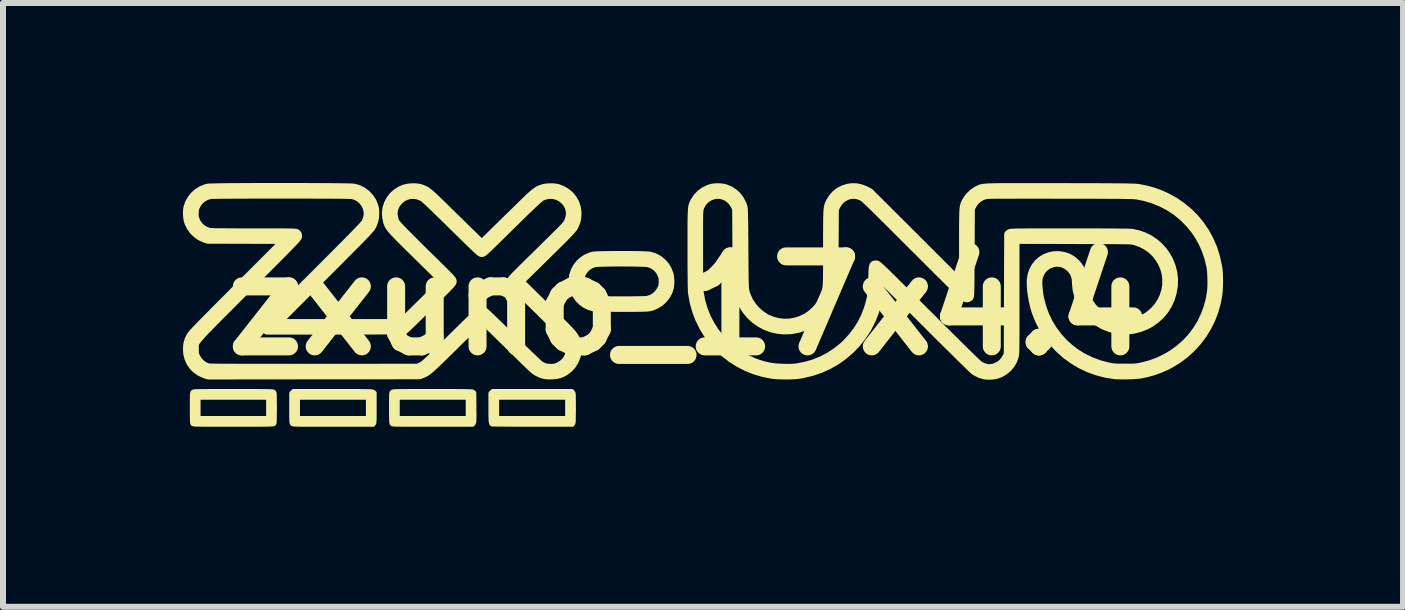
<source format=kicad_pcb>
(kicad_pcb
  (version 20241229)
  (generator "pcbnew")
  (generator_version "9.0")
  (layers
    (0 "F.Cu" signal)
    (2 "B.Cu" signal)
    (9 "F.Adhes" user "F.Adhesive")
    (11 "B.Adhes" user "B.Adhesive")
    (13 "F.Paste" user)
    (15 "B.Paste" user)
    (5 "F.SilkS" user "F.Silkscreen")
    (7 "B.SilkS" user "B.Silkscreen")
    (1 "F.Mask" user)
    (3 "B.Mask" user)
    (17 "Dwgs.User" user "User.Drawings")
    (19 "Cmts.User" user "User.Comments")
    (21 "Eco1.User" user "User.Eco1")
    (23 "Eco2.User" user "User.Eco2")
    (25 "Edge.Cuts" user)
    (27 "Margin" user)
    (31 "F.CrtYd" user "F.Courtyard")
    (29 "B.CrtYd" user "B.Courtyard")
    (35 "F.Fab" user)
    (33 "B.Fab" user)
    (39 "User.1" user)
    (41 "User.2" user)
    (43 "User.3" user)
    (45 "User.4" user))
  (footprint "zxuno_17x4.4"
    (layer "F.Cu")
    (at 8.41 2.045)
    (property "Reference" "zxuno_17x4.4" (at 0 0 0) (layer "F.SilkS") (effects (font (size 1.5 1.5) (thickness 0.3))))
    (attr board_only exclude_from_pos_files exclude_from_bom allow_missing_courtyard)
    (fp_poly (pts (xy -1.912 1.441) (xy -1.908 1.446) (xy -1.904 1.451) (xy -1.902 1.459) (xy -1.9 1.471) (xy -1.898 1.488) (xy -1.897 1.512) (xy -1.897 1.545) (xy -1.896 1.587) (xy -1.896 1.641) (xy -1.896 1.704) (xy -1.896 1.772) (xy -1.897 1.827) (xy -1.897 1.87) (xy -1.898 1.903) (xy -1.899 1.928) (xy -1.901 1.945) (xy -1.903 1.957) (xy -1.906 1.965) (xy -1.908 1.967) (xy -1.919 1.983) (xy -2.585 1.983) (xy -2.682 1.983) (xy -2.775 1.983) (xy -2.863 1.983) (xy -2.945 1.982) (xy -3.02 1.982) (xy -3.086 1.981) (xy -3.144 1.981) (xy -3.19 1.98) (xy -3.226 1.98) (xy -3.249 1.979) (xy -3.259 1.978) (xy -3.259 1.978) (xy -3.266 1.973) (xy -3.271 1.965) (xy -3.275 1.954) (xy -3.278 1.938) (xy -3.281 1.915) (xy -3.282 1.884) (xy -3.283 1.844) (xy -3.284 1.792) (xy -3.284 1.729) (xy -3.284 1.7) (xy -3.284 1.533) (xy -3.175 1.533) (xy -3.175 1.704) (xy -3.175 1.874) (xy -2.59 1.874) (xy -2.005 1.874) (xy -2.005 1.704) (xy -2.005 1.533) (xy -2.59 1.533) (xy -3.175 1.533) (xy -3.284 1.533) (xy -3.284 1.46) (xy -3.266 1.442) (xy -3.248 1.424) (xy -2.588 1.424) (xy -1.928 1.424)) (stroke (width 0.07) (type solid)) (fill yes) (layer "F.SilkS"))
    (fp_poly (pts (xy -5.799 1.424) (xy -5.7 1.424) (xy -5.614 1.424) (xy -5.54 1.424) (xy -5.476 1.424) (xy -5.423 1.425) (xy -5.378 1.425) (xy -5.342 1.426) (xy -5.313 1.427) (xy -5.29 1.427) (xy -5.273 1.429) (xy -5.26 1.43) (xy -5.251 1.432) (xy -5.245 1.433) (xy -5.241 1.436) (xy -5.237 1.438) (xy -5.236 1.439) (xy -5.217 1.454) (xy -5.217 1.703) (xy -5.217 1.771) (xy -5.217 1.826) (xy -5.217 1.869) (xy -5.218 1.903) (xy -5.22 1.927) (xy -5.221 1.945) (xy -5.223 1.957) (xy -5.226 1.965) (xy -5.228 1.967) (xy -5.239 1.983) (xy -5.907 1.983) (xy -6.021 1.983) (xy -6.121 1.983) (xy -6.208 1.983) (xy -6.283 1.983) (xy -6.348 1.983) (xy -6.402 1.983) (xy -6.447 1.982) (xy -6.484 1.982) (xy -6.514 1.981) (xy -6.537 1.98) (xy -6.554 1.979) (xy -6.567 1.978) (xy -6.576 1.976) (xy -6.582 1.974) (xy -6.586 1.972) (xy -6.589 1.97) (xy -6.59 1.969) (xy -6.594 1.964) (xy -6.597 1.959) (xy -6.599 1.95) (xy -6.601 1.937) (xy -6.602 1.919) (xy -6.603 1.892) (xy -6.604 1.857) (xy -6.604 1.812) (xy -6.604 1.754) (xy -6.604 1.707) (xy -6.604 1.533) (xy -6.495 1.533) (xy -6.495 1.704) (xy -6.495 1.874) (xy -5.91 1.874) (xy -5.326 1.874) (xy -5.326 1.704) (xy -5.326 1.533) (xy -5.91 1.533) (xy -6.495 1.533) (xy -6.604 1.533) (xy -6.604 1.46) (xy -6.586 1.442) (xy -6.569 1.424) (xy -5.912 1.424)) (stroke (width 0.07) (type solid)) (fill yes) (layer "F.SilkS"))
    (fp_poly (pts (xy -4.137 1.424) (xy -4.038 1.424) (xy -3.951 1.424) (xy -3.876 1.424) (xy -3.813 1.425) (xy -3.759 1.425) (xy -3.714 1.425) (xy -3.678 1.426) (xy -3.649 1.427) (xy -3.626 1.428) (xy -3.609 1.429) (xy -3.596 1.43) (xy -3.587 1.432) (xy -3.581 1.434) (xy -3.577 1.436) (xy -3.574 1.438) (xy -3.556 1.452) (xy -3.554 1.698) (xy -3.554 1.764) (xy -3.553 1.818) (xy -3.553 1.86) (xy -3.554 1.892) (xy -3.555 1.916) (xy -3.556 1.933) (xy -3.558 1.945) (xy -3.561 1.953) (xy -3.564 1.959) (xy -3.568 1.964) (xy -3.583 1.983) (xy -4.25 1.983) (xy -4.363 1.983) (xy -4.463 1.983) (xy -4.551 1.983) (xy -4.626 1.983) (xy -4.69 1.983) (xy -4.745 1.983) (xy -4.79 1.982) (xy -4.827 1.982) (xy -4.856 1.981) (xy -4.879 1.98) (xy -4.896 1.979) (xy -4.909 1.977) (xy -4.917 1.976) (xy -4.923 1.974) (xy -4.926 1.972) (xy -4.928 1.97) (xy -4.932 1.965) (xy -4.934 1.958) (xy -4.936 1.946) (xy -4.938 1.928) (xy -4.939 1.904) (xy -4.94 1.87) (xy -4.94 1.826) (xy -4.94 1.771) (xy -4.941 1.705) (xy -4.94 1.638) (xy -4.94 1.584) (xy -4.94 1.542) (xy -4.94 1.533) (xy -4.832 1.533) (xy -4.832 1.704) (xy -4.832 1.874) (xy -4.247 1.874) (xy -3.662 1.874) (xy -3.662 1.704) (xy -3.662 1.533) (xy -4.247 1.533) (xy -4.832 1.533) (xy -4.94 1.533) (xy -4.939 1.509) (xy -4.939 1.485) (xy -4.937 1.468) (xy -4.935 1.456) (xy -4.933 1.449) (xy -4.929 1.444) (xy -4.925 1.439) (xy -4.925 1.439) (xy -4.922 1.436) (xy -4.918 1.434) (xy -4.913 1.432) (xy -4.905 1.43) (xy -4.894 1.429) (xy -4.879 1.428) (xy -4.858 1.427) (xy -4.831 1.426) (xy -4.798 1.425) (xy -4.756 1.425) (xy -4.706 1.425) (xy -4.646 1.424) (xy -4.575 1.424) (xy -4.493 1.424) (xy -4.398 1.424) (xy -4.29 1.424) (xy -4.25 1.424)) (stroke (width 0.07) (type solid)) (fill yes) (layer "F.SilkS"))
    (fp_poly (pts (xy -7.458 1.424) (xy -7.358 1.424) (xy -7.272 1.424) (xy -7.197 1.424) (xy -7.133 1.424) (xy -7.079 1.425) (xy -7.035 1.425) (xy -6.998 1.426) (xy -6.969 1.427) (xy -6.947 1.427) (xy -6.929 1.429) (xy -6.917 1.43) (xy -6.908 1.432) (xy -6.902 1.433) (xy -6.899 1.435) (xy -6.896 1.438) (xy -6.895 1.439) (xy -6.891 1.443) (xy -6.888 1.449) (xy -6.885 1.457) (xy -6.884 1.47) (xy -6.882 1.488) (xy -6.881 1.514) (xy -6.881 1.549) (xy -6.881 1.594) (xy -6.88 1.65) (xy -6.88 1.706) (xy -6.88 1.774) (xy -6.881 1.828) (xy -6.881 1.871) (xy -6.882 1.904) (xy -6.883 1.929) (xy -6.884 1.946) (xy -6.886 1.957) (xy -6.889 1.965) (xy -6.892 1.97) (xy -6.894 1.971) (xy -6.897 1.974) (xy -6.902 1.975) (xy -6.91 1.977) (xy -6.922 1.978) (xy -6.939 1.979) (xy -6.962 1.98) (xy -6.99 1.981) (xy -7.027 1.982) (xy -7.071 1.982) (xy -7.125 1.983) (xy -7.189 1.983) (xy -7.263 1.983) (xy -7.35 1.983) (xy -7.449 1.983) (xy -7.562 1.983) (xy -7.572 1.983) (xy -7.685 1.983) (xy -7.785 1.983) (xy -7.872 1.983) (xy -7.947 1.983) (xy -8.012 1.983) (xy -8.066 1.983) (xy -8.111 1.982) (xy -8.147 1.982) (xy -8.177 1.981) (xy -8.2 1.98) (xy -8.217 1.979) (xy -8.229 1.977) (xy -8.238 1.976) (xy -8.243 1.974) (xy -8.247 1.972) (xy -8.249 1.97) (xy -8.252 1.965) (xy -8.255 1.958) (xy -8.257 1.946) (xy -8.258 1.928) (xy -8.259 1.904) (xy -8.26 1.87) (xy -8.261 1.827) (xy -8.261 1.771) (xy -8.261 1.705) (xy -8.261 1.638) (xy -8.261 1.584) (xy -8.26 1.541) (xy -8.26 1.533) (xy -8.152 1.533) (xy -8.152 1.704) (xy -8.152 1.874) (xy -7.571 1.874) (xy -6.989 1.874) (xy -6.989 1.704) (xy -6.989 1.533) (xy -7.571 1.533) (xy -8.152 1.533) (xy -8.26 1.533) (xy -8.26 1.508) (xy -8.259 1.484) (xy -8.257 1.467) (xy -8.255 1.455) (xy -8.253 1.447) (xy -8.249 1.442) (xy -8.246 1.439) (xy -8.244 1.436) (xy -8.24 1.434) (xy -8.235 1.432) (xy -8.227 1.43) (xy -8.216 1.429) (xy -8.2 1.428) (xy -8.179 1.427) (xy -8.152 1.426) (xy -8.117 1.425) (xy -8.075 1.425) (xy -8.024 1.425) (xy -7.963 1.424) (xy -7.891 1.424) (xy -7.808 1.424) (xy -7.712 1.424) (xy -7.603 1.424) (xy -7.571 1.424)) (stroke (width 0.07) (type solid)) (fill yes) (layer "F.SilkS"))
    (fp_poly (pts (xy -1.005 -0.836) (xy -0.933 -0.836) (xy -0.864 -0.835) (xy -0.8 -0.834) (xy -0.743 -0.832) (xy -0.695 -0.83) (xy -0.658 -0.828) (xy -0.632 -0.826) (xy -0.624 -0.824) (xy -0.551 -0.8) (xy -0.484 -0.764) (xy -0.425 -0.717) (xy -0.375 -0.66) (xy -0.336 -0.596) (xy -0.309 -0.525) (xy -0.306 -0.516) (xy -0.299 -0.474) (xy -0.295 -0.425) (xy -0.295 -0.373) (xy -0.299 -0.327) (xy -0.303 -0.304) (xy -0.326 -0.233) (xy -0.362 -0.168) (xy -0.409 -0.11) (xy -0.464 -0.06) (xy -0.528 -0.02) (xy -0.597 0.009) (xy -0.633 0.018) (xy -0.647 0.02) (xy -0.664 0.022) (xy -0.686 0.024) (xy -0.714 0.025) (xy -0.749 0.026) (xy -0.793 0.027) (xy -0.846 0.028) (xy -0.91 0.028) (xy -0.985 0.028) (xy -1.074 0.028) (xy -1.102 0.028) (xy -1.18 0.028) (xy -1.254 0.027) (xy -1.324 0.027) (xy -1.387 0.026) (xy -1.443 0.025) (xy -1.49 0.024) (xy -1.526 0.023) (xy -1.55 0.022) (xy -1.559 0.021) (xy -1.629 0.002) (xy -1.695 -0.03) (xy -1.755 -0.073) (xy -1.807 -0.125) (xy -1.85 -0.187) (xy -1.883 -0.255) (xy -1.897 -0.301) (xy -1.905 -0.348) (xy -1.908 -0.401) (xy -1.907 -0.417) (xy -1.798 -0.417) (xy -1.794 -0.351) (xy -1.777 -0.288) (xy -1.745 -0.229) (xy -1.711 -0.185) (xy -1.674 -0.152) (xy -1.628 -0.123) (xy -1.58 -0.1) (xy -1.538 -0.088) (xy -1.522 -0.086) (xy -1.494 -0.085) (xy -1.454 -0.084) (xy -1.405 -0.083) (xy -1.348 -0.082) (xy -1.285 -0.081) (xy -1.218 -0.081) (xy -1.148 -0.081) (xy -1.077 -0.081) (xy -1.006 -0.081) (xy -0.938 -0.081) (xy -0.874 -0.082) (xy -0.815 -0.083) (xy -0.764 -0.083) (xy -0.722 -0.085) (xy -0.69 -0.086) (xy -0.671 -0.088) (xy -0.669 -0.088) (xy -0.605 -0.107) (xy -0.547 -0.138) (xy -0.496 -0.181) (xy -0.454 -0.234) (xy -0.436 -0.267) (xy -0.422 -0.296) (xy -0.414 -0.32) (xy -0.409 -0.344) (xy -0.406 -0.376) (xy -0.406 -0.388) (xy -0.405 -0.425) (xy -0.407 -0.454) (xy -0.412 -0.48) (xy -0.419 -0.5) (xy -0.447 -0.565) (xy -0.487 -0.619) (xy -0.536 -0.664) (xy -0.595 -0.697) (xy -0.648 -0.715) (xy -0.666 -0.718) (xy -0.697 -0.721) (xy -0.739 -0.723) (xy -0.791 -0.724) (xy -0.85 -0.726) (xy -0.915 -0.727) (xy -0.985 -0.727) (xy -1.058 -0.728) (xy -1.131 -0.728) (xy -1.204 -0.728) (xy -1.274 -0.727) (xy -1.341 -0.726) (xy -1.402 -0.725) (xy -1.455 -0.723) (xy -1.499 -0.721) (xy -1.532 -0.719) (xy -1.553 -0.716) (xy -1.556 -0.715) (xy -1.618 -0.692) (xy -1.674 -0.657) (xy -1.721 -0.611) (xy -1.759 -0.557) (xy -1.785 -0.496) (xy -1.788 -0.483) (xy -1.798 -0.417) (xy -1.907 -0.417) (xy -1.905 -0.456) (xy -1.898 -0.505) (xy -1.897 -0.507) (xy -1.874 -0.575) (xy -1.839 -0.64) (xy -1.793 -0.698) (xy -1.739 -0.747) (xy -1.677 -0.787) (xy -1.611 -0.815) (xy -1.576 -0.825) (xy -1.557 -0.827) (xy -1.524 -0.83) (xy -1.481 -0.831) (xy -1.428 -0.833) (xy -1.368 -0.834) (xy -1.301 -0.835) (xy -1.23 -0.836) (xy -1.156 -0.836) (xy -1.08 -0.836)) (stroke (width 0.15) (type solid)) (fill yes) (layer "F.SilkS"))
    (fp_poly (pts (xy -6.671 -1.97) (xy -6.555 -1.97) (xy -6.44 -1.97) (xy -6.328 -1.969) (xy -6.22 -1.969) (xy -6.117 -1.968) (xy -6.019 -1.968) (xy -5.928 -1.967) (xy -5.845 -1.966) (xy -5.77 -1.965) (xy -5.704 -1.964) (xy -5.649 -1.963) (xy -5.606 -1.961) (xy -5.575 -1.96) (xy -5.557 -1.958) (xy -5.555 -1.958) (xy -5.481 -1.935) (xy -5.413 -1.9) (xy -5.353 -1.853) (xy -5.301 -1.797) (xy -5.259 -1.733) (xy -5.23 -1.661) (xy -5.229 -1.66) (xy -5.22 -1.625) (xy -5.215 -1.588) (xy -5.214 -1.544) (xy -5.214 -1.537) (xy -5.216 -1.48) (xy -5.225 -1.43) (xy -5.241 -1.38) (xy -5.265 -1.327) (xy -5.266 -1.326) (xy -5.27 -1.319) (xy -5.275 -1.31) (xy -5.282 -1.301) (xy -5.29 -1.29) (xy -5.302 -1.276) (xy -5.316 -1.26) (xy -5.334 -1.24) (xy -5.356 -1.217) (xy -5.383 -1.189) (xy -5.414 -1.156) (xy -5.451 -1.118) (xy -5.494 -1.074) (xy -5.544 -1.024) (xy -5.601 -0.967) (xy -5.665 -0.902) (xy -5.737 -0.83) (xy -5.817 -0.749) (xy -5.907 -0.659) (xy -6.006 -0.56) (xy -6.077 -0.489) (xy -6.862 0.298) (xy -5.816 0.298) (xy -4.77 0.298) (xy -4.632 0.162) (xy -4.595 0.125) (xy -4.549 0.08) (xy -4.497 0.029) (xy -4.442 -0.026) (xy -4.385 -0.082) (xy -4.329 -0.137) (xy -4.276 -0.19) (xy -4.058 -0.406) (xy -4.494 -0.834) (xy -4.574 -0.913) (xy -4.646 -0.983) (xy -4.708 -1.045) (xy -4.761 -1.098) (xy -4.807 -1.144) (xy -4.846 -1.184) (xy -4.879 -1.218) (xy -4.906 -1.248) (xy -4.928 -1.273) (xy -4.945 -1.295) (xy -4.959 -1.314) (xy -4.97 -1.331) (xy -4.979 -1.347) (xy -4.986 -1.363) (xy -4.992 -1.38) (xy -4.998 -1.397) (xy -4.999 -1.402) (xy -5.016 -1.479) (xy -5.019 -1.554) (xy -5.009 -1.628) (xy -4.986 -1.698) (xy -4.952 -1.763) (xy -4.907 -1.822) (xy -4.851 -1.873) (xy -4.787 -1.915) (xy -4.717 -1.945) (xy -4.666 -1.957) (xy -4.608 -1.964) (xy -4.549 -1.965) (xy -4.493 -1.96) (xy -4.457 -1.952) (xy -4.434 -1.945) (xy -4.413 -1.937) (xy -4.394 -1.929) (xy -4.374 -1.919) (xy -4.353 -1.907) (xy -4.331 -1.891) (xy -4.306 -1.87) (xy -4.277 -1.845) (xy -4.242 -1.814) (xy -4.202 -1.776) (xy -4.155 -1.731) (xy -4.1 -1.678) (xy -4.036 -1.615) (xy -4.016 -1.595) (xy -3.956 -1.536) (xy -3.894 -1.475) (xy -3.832 -1.415) (xy -3.773 -1.357) (xy -3.716 -1.301) (xy -3.665 -1.251) (xy -3.62 -1.208) (xy -3.583 -1.172) (xy -3.575 -1.163) (xy -3.429 -1.023) (xy -3.237 -1.211) (xy -3.189 -1.258) (xy -3.133 -1.313) (xy -3.071 -1.373) (xy -3.006 -1.437) (xy -2.94 -1.501) (xy -2.875 -1.565) (xy -2.814 -1.624) (xy -2.796 -1.642) (xy -2.734 -1.703) (xy -2.681 -1.754) (xy -2.636 -1.797) (xy -2.598 -1.832) (xy -2.566 -1.86) (xy -2.538 -1.883) (xy -2.513 -1.901) (xy -2.491 -1.916) (xy -2.47 -1.927) (xy -2.448 -1.936) (xy -2.425 -1.944) (xy -2.401 -1.952) (xy -2.36 -1.96) (xy -2.311 -1.964) (xy -2.259 -1.965) (xy -2.209 -1.961) (xy -2.166 -1.953) (xy -2.161 -1.952) (xy -2.086 -1.922) (xy -2.019 -1.882) (xy -1.961 -1.832) (xy -1.914 -1.773) (xy -1.878 -1.708) (xy -1.854 -1.636) (xy -1.843 -1.558) (xy -1.843 -1.54) (xy -1.845 -1.482) (xy -1.852 -1.432) (xy -1.868 -1.383) (xy -1.888 -1.337) (xy -1.893 -1.326) (xy -1.898 -1.316) (xy -1.905 -1.305) (xy -1.914 -1.293) (xy -1.925 -1.279) (xy -1.939 -1.263) (xy -1.956 -1.243) (xy -1.978 -1.22) (xy -2.004 -1.193) (xy -2.036 -1.16) (xy -2.073 -1.122) (xy -2.117 -1.078) (xy -2.168 -1.028) (xy -2.227 -0.969) (xy -2.294 -0.903) (xy -2.37 -0.828) (xy -2.456 -0.744) (xy -2.5 -0.7) (xy -2.803 -0.403) (xy -2.366 0.026) (xy -2.285 0.106) (xy -2.214 0.176) (xy -2.152 0.237) (xy -2.098 0.291) (xy -2.052 0.337) (xy -2.013 0.377) (xy -1.98 0.412) (xy -1.953 0.441) (xy -1.931 0.466) (xy -1.913 0.488) (xy -1.899 0.508) (xy -1.888 0.525) (xy -1.879 0.542) (xy -1.872 0.558) (xy -1.866 0.574) (xy -1.86 0.592) (xy -1.858 0.599) (xy -1.847 0.648) (xy -1.842 0.704) (xy -1.843 0.761) (xy -1.849 0.814) (xy -1.856 0.839) (xy -1.885 0.914) (xy -1.927 0.982) (xy -1.979 1.041) (xy -2.041 1.089) (xy -2.087 1.115) (xy -2.132 1.134) (xy -2.182 1.146) (xy -2.239 1.152) (xy -2.259 1.153) (xy -2.313 1.154) (xy -2.359 1.151) (xy -2.399 1.143) (xy -2.44 1.13) (xy -2.485 1.109) (xy -2.497 1.103) (xy -2.509 1.097) (xy -2.521 1.09) (xy -2.533 1.081) (xy -2.548 1.07) (xy -2.565 1.055) (xy -2.586 1.037) (xy -2.611 1.013) (xy -2.641 0.984) (xy -2.678 0.949) (xy -2.722 0.907) (xy -2.773 0.856) (xy -2.833 0.797) (xy -2.897 0.734) (xy -2.96 0.673) (xy -3.021 0.612) (xy -3.081 0.554) (xy -3.138 0.498) (xy -3.19 0.447) (xy -3.237 0.401) (xy -3.277 0.362) (xy -3.31 0.33) (xy -3.334 0.307) (xy -3.339 0.302) (xy -3.43 0.216) (xy -3.465 0.248) (xy -3.476 0.258) (xy -3.497 0.278) (xy -3.526 0.306) (xy -3.562 0.341) (xy -3.606 0.384) (xy -3.655 0.432) (xy -3.709 0.485) (xy -3.767 0.542) (xy -3.829 0.603) (xy -3.893 0.666) (xy -3.896 0.67) (xy -3.974 0.746) (xy -4.042 0.813) (xy -4.102 0.872) (xy -4.154 0.922) (xy -4.199 0.965) (xy -4.237 1.001) (xy -4.27 1.031) (xy -4.298 1.055) (xy -4.322 1.075) (xy -4.344 1.091) (xy -4.363 1.104) (xy -4.38 1.114) (xy -4.397 1.122) (xy -4.414 1.13) (xy -4.427 1.135) (xy -4.472 1.152) (xy -6.23 1.153) (xy -7.988 1.155) (xy -8.047 1.135) (xy -8.12 1.102) (xy -8.184 1.059) (xy -8.237 1.006) (xy -8.28 0.944) (xy -8.311 0.875) (xy -8.33 0.8) (xy -8.335 0.73) (xy -8.333 0.672) (xy -8.325 0.622) (xy -8.309 0.572) (xy -8.284 0.519) (xy -8.28 0.512) (xy -8.275 0.504) (xy -8.269 0.495) (xy -8.26 0.483) (xy -8.248 0.47) (xy -8.234 0.453) (xy -8.216 0.434) (xy -8.194 0.41) (xy -8.168 0.383) (xy -8.136 0.35) (xy -8.099 0.312) (xy -8.056 0.268) (xy -8.007 0.218) (xy -7.95 0.161) (xy -7.886 0.096) (xy -7.814 0.024) (xy -7.734 -0.057) (xy -7.644 -0.146) (xy -7.545 -0.246) (xy -7.473 -0.318) (xy -6.688 -1.104) (xy -7.342 -1.106) (xy -7.996 -1.108) (xy -8.043 -1.124) (xy -8.113 -1.155) (xy -8.175 -1.198) (xy -8.23 -1.251) (xy -8.275 -1.312) (xy -8.309 -1.38) (xy -8.324 -1.425) (xy -8.331 -1.469) (xy -8.335 -1.514) (xy -8.224 -1.514) (xy -8.222 -1.485) (xy -8.217 -1.459) (xy -8.21 -1.436) (xy -8.183 -1.375) (xy -8.144 -1.322) (xy -8.095 -1.277) (xy -8.038 -1.244) (xy -7.976 -1.222) (xy -7.972 -1.221) (xy -7.959 -1.22) (xy -7.935 -1.219) (xy -7.9 -1.217) (xy -7.853 -1.216) (xy -7.795 -1.215) (xy -7.724 -1.215) (xy -7.64 -1.214) (xy -7.543 -1.214) (xy -7.433 -1.213) (xy -7.308 -1.213) (xy -7.233 -1.213) (xy -7.117 -1.213) (xy -7.014 -1.213) (xy -6.924 -1.213) (xy -6.845 -1.213) (xy -6.778 -1.213) (xy -6.721 -1.213) (xy -6.673 -1.212) (xy -6.634 -1.212) (xy -6.602 -1.211) (xy -6.577 -1.21) (xy -6.558 -1.209) (xy -6.543 -1.208) (xy -6.533 -1.206) (xy -6.526 -1.205) (xy -6.521 -1.203) (xy -6.517 -1.201) (xy -6.516 -1.2) (xy -6.503 -1.182) (xy -6.5 -1.159) (xy -6.5 -1.156) (xy -6.501 -1.151) (xy -6.504 -1.146) (xy -6.508 -1.139) (xy -6.514 -1.13) (xy -6.524 -1.119) (xy -6.536 -1.105) (xy -6.552 -1.087) (xy -6.572 -1.066) (xy -6.597 -1.04) (xy -6.627 -1.009) (xy -6.662 -0.973) (xy -6.703 -0.931) (xy -6.751 -0.882) (xy -6.806 -0.827) (xy -6.868 -0.765) (xy -6.937 -0.695) (xy -7.015 -0.617) (xy -7.102 -0.53) (xy -7.198 -0.433) (xy -7.304 -0.328) (xy -7.336 -0.296) (xy -7.448 -0.184) (xy -7.55 -0.082) (xy -7.642 0.011) (xy -7.726 0.095) (xy -7.802 0.17) (xy -7.869 0.238) (xy -7.929 0.299) (xy -7.982 0.353) (xy -8.028 0.4) (xy -8.068 0.442) (xy -8.102 0.479) (xy -8.13 0.511) (xy -8.154 0.538) (xy -8.174 0.562) (xy -8.189 0.583) (xy -8.201 0.601) (xy -8.21 0.618) (xy -8.216 0.632) (xy -8.22 0.645) (xy -8.222 0.658) (xy -8.223 0.671) (xy -8.222 0.684) (xy -8.222 0.697) (xy -8.221 0.713) (xy -8.221 0.727) (xy -8.221 0.763) (xy -8.22 0.789) (xy -8.217 0.809) (xy -8.211 0.827) (xy -8.203 0.847) (xy -8.194 0.866) (xy -8.157 0.924) (xy -8.11 0.973) (xy -8.053 1.012) (xy -7.996 1.036) (xy -7.99 1.037) (xy -7.979 1.038) (xy -7.962 1.039) (xy -7.94 1.04) (xy -7.911 1.04) (xy -7.875 1.041) (xy -7.831 1.042) (xy -7.779 1.042) (xy -7.719 1.043) (xy -7.65 1.043) (xy -7.572 1.043) (xy -7.483 1.044) (xy -7.384 1.044) (xy -7.275 1.044) (xy -7.154 1.044) (xy -7.021 1.044) (xy -6.876 1.044) (xy -6.718 1.044) (xy -6.547 1.044) (xy -6.362 1.044) (xy -6.23 1.044) (xy -4.494 1.043) (xy -4.437 1.016) (xy -4.425 1.01) (xy -4.414 1.004) (xy -4.402 0.996) (xy -4.389 0.987) (xy -4.374 0.975) (xy -4.356 0.959) (xy -4.334 0.939) (xy -4.307 0.914) (xy -4.274 0.883) (xy -4.235 0.845) (xy -4.189 0.8) (xy -4.134 0.746) (xy -4.07 0.683) (xy -4.035 0.649) (xy -3.972 0.587) (xy -3.909 0.525) (xy -3.847 0.464) (xy -3.788 0.406) (xy -3.732 0.351) (xy -3.682 0.302) (xy -3.637 0.259) (xy -3.601 0.223) (xy -3.573 0.196) (xy -3.571 0.194) (xy -3.532 0.157) (xy -3.502 0.129) (xy -3.48 0.109) (xy -3.463 0.095) (xy -3.451 0.086) (xy -3.441 0.082) (xy -3.433 0.081) (xy -3.426 0.081) (xy -3.421 0.082) (xy -3.414 0.086) (xy -3.405 0.091) (xy -3.394 0.1) (xy -3.378 0.113) (xy -3.359 0.131) (xy -3.334 0.153) (xy -3.305 0.181) (xy -3.269 0.215) (xy -3.226 0.257) (xy -3.176 0.305) (xy -3.117 0.362) (xy -3.05 0.428) (xy -2.973 0.504) (xy -2.95 0.527) (xy -2.881 0.594) (xy -2.815 0.658) (xy -2.753 0.719) (xy -2.694 0.776) (xy -2.64 0.828) (xy -2.592 0.874) (xy -2.55 0.914) (xy -2.515 0.947) (xy -2.489 0.972) (xy -2.471 0.987) (xy -2.464 0.993) (xy -2.412 1.022) (xy -2.356 1.039) (xy -2.294 1.045) (xy -2.267 1.045) (xy -2.232 1.043) (xy -2.205 1.039) (xy -2.182 1.033) (xy -2.155 1.022) (xy -2.141 1.015) (xy -2.083 0.98) (xy -2.035 0.937) (xy -1.997 0.886) (xy -1.971 0.83) (xy -1.955 0.77) (xy -1.952 0.708) (xy -1.961 0.647) (xy -1.984 0.586) (xy -2.006 0.548) (xy -2.014 0.538) (xy -2.032 0.52) (xy -2.058 0.492) (xy -2.093 0.457) (xy -2.135 0.415) (xy -2.182 0.367) (xy -2.236 0.314) (xy -2.294 0.256) (xy -2.356 0.195) (xy -2.421 0.131) (xy -2.45 0.102) (xy -2.516 0.037) (xy -2.58 -0.026) (xy -2.64 -0.085) (xy -2.697 -0.141) (xy -2.748 -0.191) (xy -2.794 -0.236) (xy -2.833 -0.275) (xy -2.864 -0.306) (xy -2.887 -0.329) (xy -2.901 -0.343) (xy -2.904 -0.346) (xy -2.923 -0.366) (xy -2.932 -0.382) (xy -2.935 -0.4) (xy -2.935 -0.405) (xy -2.935 -0.41) (xy -2.934 -0.415) (xy -2.931 -0.421) (xy -2.926 -0.429) (xy -2.919 -0.439) (xy -2.908 -0.452) (xy -2.893 -0.469) (xy -2.873 -0.49) (xy -2.848 -0.516) (xy -2.817 -0.547) (xy -2.779 -0.584) (xy -2.735 -0.629) (xy -2.682 -0.681) (xy -2.621 -0.741) (xy -2.55 -0.81) (xy -2.474 -0.885) (xy -2.394 -0.964) (xy -2.324 -1.033) (xy -2.263 -1.093) (xy -2.21 -1.145) (xy -2.165 -1.19) (xy -2.127 -1.228) (xy -2.095 -1.26) (xy -2.069 -1.287) (xy -2.048 -1.309) (xy -2.031 -1.328) (xy -2.018 -1.343) (xy -2.008 -1.356) (xy -2.001 -1.367) (xy -1.995 -1.376) (xy -1.99 -1.386) (xy -1.987 -1.39) (xy -1.963 -1.456) (xy -1.952 -1.521) (xy -1.956 -1.586) (xy -1.973 -1.648) (xy -2.004 -1.706) (xy -2.048 -1.758) (xy -2.101 -1.802) (xy -2.16 -1.833) (xy -2.224 -1.851) (xy -2.29 -1.856) (xy -2.356 -1.848) (xy -2.421 -1.826) (xy -2.425 -1.824) (xy -2.435 -1.819) (xy -2.445 -1.813) (xy -2.457 -1.804) (xy -2.471 -1.793) (xy -2.489 -1.779) (xy -2.509 -1.761) (xy -2.533 -1.739) (xy -2.563 -1.712) (xy -2.597 -1.68) (xy -2.637 -1.641) (xy -2.684 -1.596) (xy -2.738 -1.544) (xy -2.799 -1.484) (xy -2.869 -1.415) (xy -2.948 -1.338) (xy -3.036 -1.251) (xy -3.065 -1.222) (xy -3.133 -1.155) (xy -3.192 -1.097) (xy -3.242 -1.048) (xy -3.284 -1.008) (xy -3.319 -0.974) (xy -3.348 -0.947) (xy -3.37 -0.926) (xy -3.388 -0.911) (xy -3.402 -0.9) (xy -3.413 -0.892) (xy -3.42 -0.888) (xy -3.426 -0.887) (xy -3.429 -0.886) (xy -3.435 -0.887) (xy -3.443 -0.89) (xy -3.452 -0.896) (xy -3.465 -0.906) (xy -3.482 -0.92) (xy -3.504 -0.94) (xy -3.532 -0.966) (xy -3.566 -0.999) (xy -3.608 -1.04) (xy -3.659 -1.089) (xy -3.719 -1.148) (xy -3.721 -1.15) (xy -3.817 -1.244) (xy -3.904 -1.329) (xy -3.981 -1.405) (xy -4.05 -1.473) (xy -4.111 -1.532) (xy -4.164 -1.584) (xy -4.21 -1.629) (xy -4.25 -1.667) (xy -4.285 -1.7) (xy -4.313 -1.727) (xy -4.338 -1.75) (xy -4.358 -1.768) (xy -4.375 -1.782) (xy -4.389 -1.794) (xy -4.4 -1.803) (xy -4.41 -1.81) (xy -4.419 -1.815) (xy -4.427 -1.819) (xy -4.433 -1.822) (xy -4.499 -1.846) (xy -4.565 -1.856) (xy -4.631 -1.852) (xy -4.695 -1.834) (xy -4.755 -1.804) (xy -4.809 -1.76) (xy -4.812 -1.757) (xy -4.857 -1.703) (xy -4.887 -1.644) (xy -4.905 -1.581) (xy -4.908 -1.517) (xy -4.898 -1.452) (xy -4.877 -1.395) (xy -4.872 -1.386) (xy -4.865 -1.375) (xy -4.854 -1.361) (xy -4.84 -1.344) (xy -4.822 -1.324) (xy -4.799 -1.299) (xy -4.77 -1.269) (xy -4.736 -1.234) (xy -4.696 -1.193) (xy -4.649 -1.146) (xy -4.595 -1.092) (xy -4.533 -1.03) (xy -4.463 -0.96) (xy -4.384 -0.882) (xy -4.295 -0.795) (xy -4.197 -0.699) (xy -4.187 -0.688) (xy -4.128 -0.63) (xy -4.078 -0.581) (xy -4.037 -0.54) (xy -4.004 -0.507) (xy -3.978 -0.481) (xy -3.958 -0.459) (xy -3.944 -0.443) (xy -3.934 -0.431) (xy -3.928 -0.421) (xy -3.925 -0.414) (xy -3.923 -0.407) (xy -3.923 -0.404) (xy -3.924 -0.399) (xy -3.926 -0.393) (xy -3.93 -0.386) (xy -3.937 -0.376) (xy -3.947 -0.363) (xy -3.961 -0.347) (xy -3.981 -0.327) (xy -4.005 -0.301) (xy -4.037 -0.269) (xy -4.075 -0.231) (xy -4.12 -0.186) (xy -4.174 -0.132) (xy -4.237 -0.07) (xy -4.309 0.001) (xy -4.313 0.005) (xy -4.376 0.067) (xy -4.436 0.126) (xy -4.492 0.181) (xy -4.544 0.232) (xy -4.591 0.278) (xy -4.632 0.317) (xy -4.666 0.35) (xy -4.692 0.374) (xy -4.71 0.391) (xy -4.718 0.397) (xy -4.718 0.398) (xy -4.723 0.399) (xy -4.735 0.4) (xy -4.754 0.401) (xy -4.78 0.402) (xy -4.814 0.403) (xy -4.857 0.403) (xy -4.909 0.404) (xy -4.971 0.405) (xy -5.043 0.405) (xy -5.126 0.405) (xy -5.22 0.406) (xy -5.326 0.406) (xy -5.445 0.406) (xy -5.576 0.406) (xy -5.721 0.407) (xy -5.871 0.407) (xy -7.009 0.407) (xy -7.028 0.392) (xy -7.043 0.375) (xy -7.047 0.354) (xy -7.047 0.35) (xy -7.047 0.346) (xy -7.046 0.342) (xy -7.044 0.337) (xy -7.039 0.33) (xy -7.033 0.321) (xy -7.023 0.31) (xy -7.011 0.295) (xy -6.995 0.278) (xy -6.975 0.256) (xy -6.95 0.23) (xy -6.92 0.199) (xy -6.884 0.163) (xy -6.843 0.121) (xy -6.795 0.072) (xy -6.741 0.017) (xy -6.678 -0.045) (xy -6.608 -0.116) (xy -6.53 -0.194) (xy -6.443 -0.281) (xy -6.347 -0.378) (xy -6.241 -0.484) (xy -6.213 -0.512) (xy -6.104 -0.621) (xy -6.005 -0.72) (xy -5.915 -0.81) (xy -5.834 -0.891) (xy -5.762 -0.964) (xy -5.697 -1.029) (xy -5.64 -1.087) (xy -5.59 -1.137) (xy -5.547 -1.182) (xy -5.509 -1.22) (xy -5.477 -1.254) (xy -5.45 -1.282) (xy -5.427 -1.306) (xy -5.409 -1.326) (xy -5.394 -1.343) (xy -5.382 -1.356) (xy -5.373 -1.368) (xy -5.366 -1.377) (xy -5.361 -1.385) (xy -5.358 -1.392) (xy -5.356 -1.395) (xy -5.333 -1.458) (xy -5.322 -1.519) (xy -5.325 -1.579) (xy -5.326 -1.581) (xy -5.343 -1.646) (xy -5.373 -1.705) (xy -5.413 -1.756) (xy -5.463 -1.799) (xy -5.52 -1.831) (xy -5.584 -1.851) (xy -5.59 -1.852) (xy -5.603 -1.853) (xy -5.63 -1.854) (xy -5.67 -1.855) (xy -5.72 -1.856) (xy -5.782 -1.857) (xy -5.853 -1.857) (xy -5.933 -1.858) (xy -6.021 -1.859) (xy -6.116 -1.859) (xy -6.216 -1.859) (xy -6.321 -1.86) (xy -6.431 -1.86) (xy -6.543 -1.86) (xy -6.657 -1.86) (xy -6.772 -1.86) (xy -6.887 -1.86) (xy -7.001 -1.86) (xy -7.113 -1.86) (xy -7.223 -1.86) (xy -7.328 -1.859) (xy -7.429 -1.859) (xy -7.524 -1.859) (xy -7.612 -1.858) (xy -7.692 -1.857) (xy -7.764 -1.857) (xy -7.826 -1.856) (xy -7.878 -1.855) (xy -7.918 -1.854) (xy -7.945 -1.853) (xy -7.959 -1.852) (xy -7.96 -1.852) (xy -8.024 -1.833) (xy -8.082 -1.801) (xy -8.133 -1.759) (xy -8.175 -1.706) (xy -8.193 -1.673) (xy -8.207 -1.644) (xy -8.215 -1.621) (xy -8.22 -1.597) (xy -8.222 -1.566) (xy -8.223 -1.551) (xy -8.224 -1.514) (xy -8.335 -1.514) (xy -8.335 -1.52) (xy -8.335 -1.572) (xy -8.33 -1.619) (xy -8.327 -1.635) (xy -8.303 -1.706) (xy -8.266 -1.772) (xy -8.219 -1.831) (xy -8.162 -1.882) (xy -8.098 -1.922) (xy -8.028 -1.95) (xy -7.996 -1.958) (xy -7.981 -1.96) (xy -7.953 -1.961) (xy -7.912 -1.962) (xy -7.859 -1.964) (xy -7.796 -1.965) (xy -7.723 -1.966) (xy -7.641 -1.967) (xy -7.552 -1.967) (xy -7.456 -1.968) (xy -7.354 -1.969) (xy -7.246 -1.969) (xy -7.135 -1.97) (xy -7.021 -1.97) (xy -6.905 -1.97) (xy -6.788 -1.97)) (stroke (width 0.15) (type solid)) (fill yes) (layer "F.SilkS"))
    (fp_poly (pts (xy 5.613 -1.968) (xy 5.729 -1.968) (xy 5.857 -1.968) (xy 5.998 -1.968) (xy 6.152 -1.967) (xy 6.22 -1.967) (xy 6.377 -1.967) (xy 6.521 -1.966) (xy 6.651 -1.966) (xy 6.769 -1.966) (xy 6.875 -1.966) (xy 6.97 -1.965) (xy 7.054 -1.965) (xy 7.129 -1.964) (xy 7.194 -1.964) (xy 7.252 -1.963) (xy 7.301 -1.963) (xy 7.344 -1.962) (xy 7.38 -1.961) (xy 7.411 -1.96) (xy 7.436 -1.96) (xy 7.458 -1.958) (xy 7.476 -1.957) (xy 7.491 -1.956) (xy 7.503 -1.955) (xy 7.515 -1.953) (xy 7.522 -1.952) (xy 7.647 -1.927) (xy 7.763 -1.895) (xy 7.873 -1.855) (xy 7.976 -1.809) (xy 8.109 -1.737) (xy 8.232 -1.653) (xy 8.346 -1.559) (xy 8.45 -1.456) (xy 8.543 -1.343) (xy 8.625 -1.222) (xy 8.695 -1.093) (xy 8.754 -0.957) (xy 8.799 -0.815) (xy 8.832 -0.666) (xy 8.841 -0.614) (xy 8.846 -0.567) (xy 8.849 -0.509) (xy 8.851 -0.445) (xy 8.851 -0.379) (xy 8.849 -0.313) (xy 8.846 -0.252) (xy 8.841 -0.201) (xy 8.841 -0.195) (xy 8.814 -0.049) (xy 8.774 0.092) (xy 8.722 0.228) (xy 8.657 0.358) (xy 8.58 0.482) (xy 8.492 0.598) (xy 8.394 0.705) (xy 8.286 0.803) (xy 8.169 0.891) (xy 8.043 0.967) (xy 7.985 0.998) (xy 7.874 1.047) (xy 7.763 1.087) (xy 7.646 1.119) (xy 7.554 1.138) (xy 7.518 1.143) (xy 7.47 1.147) (xy 7.414 1.151) (xy 7.354 1.153) (xy 7.292 1.154) (xy 7.232 1.154) (xy 7.177 1.153) (xy 7.131 1.151) (xy 7.11 1.148) (xy 6.963 1.124) (xy 6.82 1.086) (xy 6.683 1.036) (xy 6.552 0.973) (xy 6.428 0.899) (xy 6.311 0.814) (xy 6.203 0.718) (xy 6.104 0.613) (xy 6.015 0.499) (xy 5.936 0.376) (xy 5.869 0.246) (xy 5.814 0.108) (xy 5.808 0.09) (xy 5.784 0.009) (xy 5.764 -0.076) (xy 5.748 -0.164) (xy 5.736 -0.251) (xy 5.73 -0.332) (xy 5.729 -0.405) (xy 5.73 -0.429) (xy 5.742 -0.508) (xy 5.767 -0.581) (xy 5.802 -0.646) (xy 5.848 -0.704) (xy 5.903 -0.752) (xy 5.966 -0.79) (xy 6.035 -0.817) (xy 6.11 -0.832) (xy 6.185 -0.834) (xy 6.263 -0.823) (xy 6.334 -0.8) (xy 6.399 -0.765) (xy 6.458 -0.716) (xy 6.465 -0.709) (xy 6.508 -0.661) (xy 6.54 -0.612) (xy 6.564 -0.558) (xy 6.58 -0.497) (xy 6.59 -0.427) (xy 6.592 -0.402) (xy 6.603 -0.299) (xy 6.623 -0.207) (xy 6.653 -0.123) (xy 6.693 -0.046) (xy 6.744 0.026) (xy 6.791 0.079) (xy 6.867 0.148) (xy 6.948 0.203) (xy 7.036 0.245) (xy 7.129 0.274) (xy 7.227 0.29) (xy 7.3 0.292) (xy 7.401 0.285) (xy 7.496 0.263) (xy 7.587 0.228) (xy 7.673 0.18) (xy 7.752 0.118) (xy 7.787 0.084) (xy 7.852 0.009) (xy 7.904 -0.073) (xy 7.944 -0.16) (xy 7.972 -0.251) (xy 7.987 -0.345) (xy 7.988 -0.44) (xy 7.977 -0.536) (xy 7.952 -0.629) (xy 7.918 -0.708) (xy 7.867 -0.796) (xy 7.805 -0.875) (xy 7.733 -0.943) (xy 7.652 -1) (xy 7.561 -1.047) (xy 7.463 -1.082) (xy 7.453 -1.085) (xy 7.444 -1.087) (xy 7.436 -1.089) (xy 7.427 -1.091) (xy 7.416 -1.092) (xy 7.403 -1.094) (xy 7.387 -1.095) (xy 7.368 -1.096) (xy 7.343 -1.097) (xy 7.314 -1.098) (xy 7.278 -1.099) (xy 7.235 -1.099) (xy 7.185 -1.1) (xy 7.126 -1.1) (xy 7.058 -1.101) (xy 6.98 -1.101) (xy 6.892 -1.101) (xy 6.791 -1.102) (xy 6.679 -1.102) (xy 6.553 -1.102) (xy 6.427 -1.103) (xy 5.458 -1.105) (xy 5.458 -0.154) (xy 5.458 -0.015) (xy 5.458 0.11) (xy 5.458 0.222) (xy 5.458 0.322) (xy 5.458 0.41) (xy 5.458 0.488) (xy 5.457 0.555) (xy 5.457 0.614) (xy 5.456 0.663) (xy 5.456 0.705) (xy 5.455 0.74) (xy 5.454 0.768) (xy 5.453 0.79) (xy 5.452 0.808) (xy 5.45 0.822) (xy 5.449 0.832) (xy 5.447 0.839) (xy 5.422 0.91) (xy 5.385 0.974) (xy 5.337 1.032) (xy 5.279 1.081) (xy 5.215 1.12) (xy 5.161 1.141) (xy 5.111 1.152) (xy 5.055 1.158) (xy 5 1.159) (xy 4.951 1.153) (xy 4.944 1.152) (xy 4.874 1.13) (xy 4.807 1.096) (xy 4.785 1.082) (xy 4.776 1.074) (xy 4.757 1.057) (xy 4.729 1.03) (xy 4.693 0.995) (xy 4.649 0.952) (xy 4.597 0.902) (xy 4.539 0.845) (xy 4.475 0.781) (xy 4.405 0.712) (xy 4.33 0.638) (xy 4.251 0.56) (xy 4.168 0.477) (xy 4.082 0.392) (xy 3.994 0.303) (xy 3.976 0.285) (xy 3.201 -0.488) (xy 3.197 -0.362) (xy 3.185 -0.207) (xy 3.16 -0.059) (xy 3.122 0.084) (xy 3.071 0.219) (xy 3.006 0.349) (xy 2.992 0.375) (xy 2.909 0.503) (xy 2.815 0.622) (xy 2.712 0.729) (xy 2.6 0.826) (xy 2.48 0.912) (xy 2.352 0.985) (xy 2.218 1.047) (xy 2.076 1.095) (xy 1.929 1.131) (xy 1.854 1.144) (xy 1.804 1.149) (xy 1.743 1.153) (xy 1.676 1.155) (xy 1.607 1.155) (xy 1.539 1.153) (xy 1.476 1.15) (xy 1.423 1.144) (xy 1.417 1.144) (xy 1.271 1.116) (xy 1.128 1.075) (xy 0.99 1.02) (xy 0.858 0.952) (xy 0.733 0.873) (xy 0.615 0.781) (xy 0.532 0.704) (xy 0.433 0.596) (xy 0.345 0.479) (xy 0.268 0.353) (xy 0.203 0.222) (xy 0.151 0.085) (xy 0.111 -0.056) (xy 0.086 -0.199) (xy 0.082 -0.227) (xy 0.081 -0.248) (xy 0.08 -0.283) (xy 0.078 -0.331) (xy 0.077 -0.393) (xy 0.077 -0.467) (xy 0.076 -0.552) (xy 0.075 -0.649) (xy 0.075 -0.757) (xy 0.075 -0.875) (xy 0.075 -0.944) (xy 0.184 -0.944) (xy 0.184 -0.829) (xy 0.184 -0.727) (xy 0.184 -0.638) (xy 0.184 -0.56) (xy 0.185 -0.493) (xy 0.185 -0.435) (xy 0.186 -0.386) (xy 0.187 -0.345) (xy 0.188 -0.311) (xy 0.19 -0.282) (xy 0.191 -0.258) (xy 0.193 -0.238) (xy 0.195 -0.22) (xy 0.22 -0.079) (xy 0.259 0.057) (xy 0.311 0.188) (xy 0.374 0.313) (xy 0.449 0.431) (xy 0.535 0.541) (xy 0.631 0.642) (xy 0.736 0.734) (xy 0.85 0.816) (xy 0.972 0.887) (xy 1.102 0.946) (xy 1.178 0.974) (xy 1.254 0.997) (xy 1.325 1.015) (xy 1.394 1.028) (xy 1.466 1.037) (xy 1.546 1.042) (xy 1.593 1.044) (xy 1.654 1.045) (xy 1.704 1.045) (xy 1.746 1.044) (xy 1.784 1.041) (xy 1.822 1.037) (xy 1.829 1.036) (xy 1.972 1.008) (xy 2.111 0.968) (xy 2.244 0.914) (xy 2.371 0.847) (xy 2.49 0.768) (xy 2.603 0.677) (xy 2.635 0.647) (xy 2.737 0.539) (xy 2.826 0.425) (xy 2.903 0.305) (xy 2.966 0.177) (xy 3.017 0.043) (xy 3.038 -0.03) (xy 3.051 -0.081) (xy 3.062 -0.126) (xy 3.07 -0.17) (xy 3.076 -0.214) (xy 3.081 -0.262) (xy 3.084 -0.317) (xy 3.086 -0.38) (xy 3.088 -0.449) (xy 3.089 -0.513) (xy 3.091 -0.563) (xy 3.093 -0.603) (xy 3.096 -0.632) (xy 3.1 -0.652) (xy 3.105 -0.666) (xy 3.113 -0.674) (xy 3.123 -0.677) (xy 3.136 -0.679) (xy 3.144 -0.679) (xy 3.148 -0.678) (xy 3.152 -0.677) (xy 3.157 -0.675) (xy 3.164 -0.67) (xy 3.173 -0.664) (xy 3.184 -0.655) (xy 3.198 -0.642) (xy 3.216 -0.626) (xy 3.238 -0.606) (xy 3.264 -0.581) (xy 3.295 -0.551) (xy 3.331 -0.516) (xy 3.373 -0.474) (xy 3.422 -0.426) (xy 3.477 -0.371) (xy 3.54 -0.309) (xy 3.61 -0.239) (xy 3.689 -0.161) (xy 3.776 -0.073) (xy 3.873 0.023) (xy 3.979 0.13) (xy 3.997 0.147) (xy 4.123 0.273) (xy 4.239 0.389) (xy 4.346 0.495) (xy 4.443 0.591) (xy 4.53 0.677) (xy 4.607 0.753) (xy 4.674 0.819) (xy 4.731 0.874) (xy 4.778 0.92) (xy 4.815 0.955) (xy 4.842 0.98) (xy 4.859 0.994) (xy 4.863 0.998) (xy 4.924 1.028) (xy 4.99 1.049) (xy 5.013 1.051) (xy 5.045 1.049) (xy 5.081 1.045) (xy 5.116 1.037) (xy 5.137 1.03) (xy 5.199 1) (xy 5.252 0.958) (xy 5.296 0.905) (xy 5.323 0.859) (xy 5.346 0.81) (xy 5.349 -0.188) (xy 5.353 -1.186) (xy 5.37 -1.199) (xy 5.373 -1.201) (xy 5.377 -1.203) (xy 5.382 -1.205) (xy 5.39 -1.206) (xy 5.4 -1.207) (xy 5.415 -1.209) (xy 5.434 -1.209) (xy 5.458 -1.21) (xy 5.489 -1.211) (xy 5.526 -1.212) (xy 5.571 -1.212) (xy 5.624 -1.212) (xy 5.685 -1.213) (xy 5.757 -1.213) (xy 5.839 -1.213) (xy 5.932 -1.213) (xy 6.037 -1.213) (xy 6.155 -1.213) (xy 6.286 -1.213) (xy 6.367 -1.213) (xy 6.532 -1.213) (xy 6.683 -1.213) (xy 6.819 -1.213) (xy 6.941 -1.212) (xy 7.048 -1.212) (xy 7.142 -1.211) (xy 7.221 -1.21) (xy 7.286 -1.21) (xy 7.337 -1.209) (xy 7.374 -1.207) (xy 7.397 -1.206) (xy 7.402 -1.206) (xy 7.506 -1.184) (xy 7.604 -1.15) (xy 7.696 -1.105) (xy 7.78 -1.049) (xy 7.856 -0.983) (xy 7.923 -0.909) (xy 7.981 -0.827) (xy 8.028 -0.738) (xy 8.064 -0.644) (xy 8.089 -0.546) (xy 8.1 -0.444) (xy 8.098 -0.339) (xy 8.096 -0.326) (xy 8.078 -0.217) (xy 8.047 -0.114) (xy 8.003 -0.018) (xy 7.948 0.07) (xy 7.881 0.151) (xy 7.803 0.222) (xy 7.716 0.284) (xy 7.642 0.324) (xy 7.542 0.364) (xy 7.439 0.391) (xy 7.336 0.404) (xy 7.232 0.403) (xy 7.13 0.389) (xy 7.031 0.362) (xy 6.935 0.323) (xy 6.844 0.27) (xy 6.76 0.205) (xy 6.735 0.182) (xy 6.664 0.105) (xy 6.603 0.019) (xy 6.554 -0.073) (xy 6.517 -0.169) (xy 6.493 -0.269) (xy 6.483 -0.37) (xy 6.483 -0.389) (xy 6.477 -0.458) (xy 6.46 -0.52) (xy 6.43 -0.575) (xy 6.388 -0.627) (xy 6.385 -0.629) (xy 6.332 -0.673) (xy 6.273 -0.704) (xy 6.211 -0.721) (xy 6.147 -0.725) (xy 6.082 -0.714) (xy 6.017 -0.689) (xy 6.009 -0.685) (xy 5.955 -0.649) (xy 5.909 -0.602) (xy 5.874 -0.545) (xy 5.849 -0.482) (xy 5.842 -0.45) (xy 5.839 -0.416) (xy 5.839 -0.371) (xy 5.841 -0.318) (xy 5.847 -0.26) (xy 5.854 -0.201) (xy 5.863 -0.142) (xy 5.869 -0.114) (xy 5.905 0.027) (xy 5.954 0.16) (xy 6.015 0.288) (xy 6.088 0.407) (xy 6.171 0.519) (xy 6.265 0.622) (xy 6.368 0.715) (xy 6.48 0.799) (xy 6.601 0.872) (xy 6.729 0.933) (xy 6.863 0.983) (xy 7.004 1.02) (xy 7.035 1.026) (xy 7.064 1.032) (xy 7.091 1.036) (xy 7.12 1.038) (xy 7.151 1.04) (xy 7.19 1.042) (xy 7.237 1.042) (xy 7.296 1.042) (xy 7.297 1.042) (xy 7.354 1.042) (xy 7.399 1.042) (xy 7.435 1.041) (xy 7.465 1.039) (xy 7.491 1.036) (xy 7.516 1.032) (xy 7.543 1.027) (xy 7.569 1.022) (xy 7.712 0.985) (xy 7.849 0.935) (xy 7.978 0.873) (xy 8.099 0.801) (xy 8.211 0.718) (xy 8.315 0.625) (xy 8.409 0.523) (xy 8.492 0.412) (xy 8.565 0.294) (xy 8.626 0.168) (xy 8.675 0.035) (xy 8.712 -0.103) (xy 8.732 -0.221) (xy 8.737 -0.269) (xy 8.74 -0.326) (xy 8.741 -0.389) (xy 8.74 -0.454) (xy 8.738 -0.517) (xy 8.734 -0.575) (xy 8.729 -0.624) (xy 8.726 -0.643) (xy 8.692 -0.788) (xy 8.647 -0.924) (xy 8.591 -1.052) (xy 8.522 -1.173) (xy 8.457 -1.269) (xy 8.363 -1.382) (xy 8.261 -1.484) (xy 8.15 -1.575) (xy 8.031 -1.653) (xy 7.903 -1.72) (xy 7.768 -1.775) (xy 7.625 -1.818) (xy 7.504 -1.843) (xy 7.493 -1.845) (xy 7.482 -1.846) (xy 7.468 -1.847) (xy 7.452 -1.849) (xy 7.432 -1.85) (xy 7.409 -1.851) (xy 7.38 -1.852) (xy 7.346 -1.853) (xy 7.307 -1.853) (xy 7.26 -1.854) (xy 7.206 -1.855) (xy 7.143 -1.855) (xy 7.072 -1.855) (xy 6.991 -1.856) (xy 6.9 -1.856) (xy 6.798 -1.857) (xy 6.685 -1.857) (xy 6.559 -1.857) (xy 6.42 -1.858) (xy 6.267 -1.858) (xy 6.226 -1.858) (xy 6.045 -1.858) (xy 5.879 -1.859) (xy 5.727 -1.859) (xy 5.589 -1.859) (xy 5.466 -1.858) (xy 5.356 -1.858) (xy 5.261 -1.858) (xy 5.18 -1.857) (xy 5.112 -1.857) (xy 5.059 -1.856) (xy 5.019 -1.855) (xy 4.993 -1.854) (xy 4.98 -1.853) (xy 4.915 -1.834) (xy 4.855 -1.802) (xy 4.803 -1.759) (xy 4.76 -1.706) (xy 4.741 -1.672) (xy 4.714 -1.617) (xy 4.71 -0.889) (xy 4.709 -0.77) (xy 4.709 -0.665) (xy 4.708 -0.573) (xy 4.708 -0.492) (xy 4.707 -0.423) (xy 4.707 -0.364) (xy 4.706 -0.314) (xy 4.705 -0.273) (xy 4.704 -0.239) (xy 4.704 -0.212) (xy 4.702 -0.192) (xy 4.701 -0.176) (xy 4.7 -0.165) (xy 4.698 -0.157) (xy 4.696 -0.152) (xy 4.694 -0.148) (xy 4.693 -0.146) (xy 4.671 -0.133) (xy 4.653 -0.131) (xy 4.649 -0.131) (xy 4.645 -0.132) (xy 4.639 -0.135) (xy 4.632 -0.14) (xy 4.623 -0.147) (xy 4.611 -0.157) (xy 4.596 -0.17) (xy 4.577 -0.187) (xy 4.555 -0.208) (xy 4.528 -0.234) (xy 4.496 -0.264) (xy 4.459 -0.301) (xy 4.415 -0.344) (xy 4.366 -0.393) (xy 4.309 -0.449) (xy 4.245 -0.513) (xy 4.173 -0.584) (xy 4.093 -0.664) (xy 4.004 -0.753) (xy 3.906 -0.851) (xy 3.798 -0.959) (xy 3.791 -0.965) (xy 3.682 -1.074) (xy 3.583 -1.173) (xy 3.493 -1.263) (xy 3.412 -1.344) (xy 3.339 -1.417) (xy 3.274 -1.481) (xy 3.216 -1.538) (xy 3.165 -1.589) (xy 3.121 -1.632) (xy 3.082 -1.67) (xy 3.049 -1.702) (xy 3.02 -1.729) (xy 2.996 -1.752) (xy 2.976 -1.77) (xy 2.96 -1.785) (xy 2.946 -1.797) (xy 2.935 -1.806) (xy 2.925 -1.812) (xy 2.917 -1.818) (xy 2.911 -1.821) (xy 2.908 -1.822) (xy 2.842 -1.847) (xy 2.776 -1.856) (xy 2.711 -1.852) (xy 2.647 -1.833) (xy 2.586 -1.799) (xy 2.573 -1.79) (xy 2.536 -1.757) (xy 2.502 -1.713) (xy 2.473 -1.665) (xy 2.463 -1.643) (xy 2.447 -1.602) (xy 2.443 -0.937) (xy 2.439 -0.272) (xy 2.42 -0.201) (xy 2.384 -0.097) (xy 2.335 0.000348) (xy 2.275 0.09) (xy 2.202 0.172) (xy 2.196 0.177) (xy 2.113 0.248) (xy 2.026 0.305) (xy 1.933 0.349) (xy 1.833 0.38) (xy 1.726 0.399) (xy 1.713 0.401) (xy 1.607 0.404) (xy 1.503 0.394) (xy 1.403 0.371) (xy 1.307 0.335) (xy 1.217 0.288) (xy 1.133 0.23) (xy 1.057 0.161) (xy 0.989 0.082) (xy 0.932 -0.005) (xy 0.885 -0.101) (xy 0.872 -0.136) (xy 0.864 -0.156) (xy 0.858 -0.174) (xy 0.852 -0.192) (xy 0.847 -0.21) (xy 0.843 -0.23) (xy 0.84 -0.252) (xy 0.836 -0.277) (xy 0.834 -0.306) (xy 0.832 -0.341) (xy 0.83 -0.381) (xy 0.829 -0.43) (xy 0.827 -0.486) (xy 0.827 -0.552) (xy 0.826 -0.627) (xy 0.825 -0.715) (xy 0.824 -0.814) (xy 0.824 -0.926) (xy 0.823 -0.963) (xy 0.819 -1.617) (xy 0.796 -1.665) (xy 0.762 -1.723) (xy 0.718 -1.772) (xy 0.666 -1.811) (xy 0.609 -1.838) (xy 0.548 -1.854) (xy 0.485 -1.856) (xy 0.46 -1.853) (xy 0.394 -1.836) (xy 0.334 -1.806) (xy 0.282 -1.765) (xy 0.24 -1.714) (xy 0.208 -1.655) (xy 0.197 -1.627) (xy 0.195 -1.619) (xy 0.193 -1.61) (xy 0.191 -1.599) (xy 0.19 -1.585) (xy 0.188 -1.568) (xy 0.187 -1.547) (xy 0.186 -1.519) (xy 0.185 -1.486) (xy 0.185 -1.444) (xy 0.184 -1.395) (xy 0.184 -1.336) (xy 0.184 -1.266) (xy 0.184 -1.185) (xy 0.184 -1.092) (xy 0.184 -0.986) (xy 0.184 -0.944) (xy 0.075 -0.944) (xy 0.075 -0.949) (xy 0.075 -1.065) (xy 0.075 -1.167) (xy 0.075 -1.257) (xy 0.075 -1.335) (xy 0.075 -1.402) (xy 0.076 -1.46) (xy 0.077 -1.509) (xy 0.079 -1.55) (xy 0.081 -1.584) (xy 0.083 -1.613) (xy 0.086 -1.636) (xy 0.089 -1.656) (xy 0.094 -1.673) (xy 0.099 -1.688) (xy 0.104 -1.701) (xy 0.111 -1.715) (xy 0.119 -1.729) (xy 0.124 -1.74) (xy 0.165 -1.802) (xy 0.217 -1.857) (xy 0.279 -1.903) (xy 0.348 -1.938) (xy 0.373 -1.948) (xy 0.42 -1.959) (xy 0.476 -1.965) (xy 0.534 -1.965) (xy 0.59 -1.959) (xy 0.631 -1.949) (xy 0.703 -1.919) (xy 0.768 -1.877) (xy 0.825 -1.824) (xy 0.872 -1.761) (xy 0.908 -1.69) (xy 0.923 -1.649) (xy 0.925 -1.641) (xy 0.927 -1.631) (xy 0.928 -1.617) (xy 0.93 -1.6) (xy 0.931 -1.578) (xy 0.932 -1.549) (xy 0.933 -1.514) (xy 0.934 -1.472) (xy 0.935 -1.421) (xy 0.936 -1.36) (xy 0.937 -1.289) (xy 0.937 -1.206) (xy 0.938 -1.112) (xy 0.939 -1.004) (xy 0.939 -0.945) (xy 0.94 -0.83) (xy 0.941 -0.729) (xy 0.941 -0.641) (xy 0.942 -0.564) (xy 0.943 -0.498) (xy 0.943 -0.441) (xy 0.945 -0.393) (xy 0.946 -0.352) (xy 0.948 -0.318) (xy 0.95 -0.29) (xy 0.952 -0.266) (xy 0.955 -0.246) (xy 0.959 -0.229) (xy 0.963 -0.213) (xy 0.968 -0.198) (xy 0.973 -0.183) (xy 0.98 -0.166) (xy 0.986 -0.15) (xy 1.024 -0.067) (xy 1.076 0.011) (xy 1.138 0.083) (xy 1.209 0.146) (xy 1.288 0.2) (xy 1.328 0.222) (xy 1.42 0.259) (xy 1.515 0.283) (xy 1.61 0.293) (xy 1.705 0.29) (xy 1.799 0.274) (xy 1.889 0.245) (xy 1.976 0.204) (xy 2.058 0.15) (xy 2.133 0.084) (xy 2.173 0.04) (xy 2.217 -0.019) (xy 2.256 -0.086) (xy 2.288 -0.156) (xy 2.292 -0.169) (xy 2.299 -0.189) (xy 2.306 -0.208) (xy 2.311 -0.227) (xy 2.316 -0.246) (xy 2.32 -0.267) (xy 2.323 -0.291) (xy 2.326 -0.318) (xy 2.328 -0.35) (xy 2.33 -0.388) (xy 2.332 -0.433) (xy 2.333 -0.485) (xy 2.333 -0.547) (xy 2.334 -0.618) (xy 2.334 -0.7) (xy 2.334 -0.795) (xy 2.334 -0.902) (xy 2.334 -0.965) (xy 2.334 -1.079) (xy 2.334 -1.179) (xy 2.335 -1.267) (xy 2.335 -1.343) (xy 2.336 -1.408) (xy 2.336 -1.464) (xy 2.338 -1.512) (xy 2.339 -1.551) (xy 2.341 -1.584) (xy 2.344 -1.612) (xy 2.347 -1.634) (xy 2.35 -1.653) (xy 2.355 -1.669) (xy 2.36 -1.684) (xy 2.366 -1.698) (xy 2.372 -1.712) (xy 2.378 -1.723) (xy 2.42 -1.793) (xy 2.471 -1.851) (xy 2.531 -1.898) (xy 2.6 -1.933) (xy 2.675 -1.957) (xy 2.74 -1.966) (xy 2.811 -1.965) (xy 2.883 -1.95) (xy 2.957 -1.922) (xy 2.966 -1.917) (xy 3.028 -1.887) (xy 3.815 -1.102) (xy 4.601 -0.316) (xy 4.601 -0.959) (xy 4.601 -1.074) (xy 4.601 -1.176) (xy 4.601 -1.265) (xy 4.601 -1.342) (xy 4.602 -1.408) (xy 4.603 -1.465) (xy 4.604 -1.513) (xy 4.605 -1.554) (xy 4.607 -1.587) (xy 4.609 -1.615) (xy 4.612 -1.638) (xy 4.615 -1.657) (xy 4.619 -1.674) (xy 4.624 -1.688) (xy 4.63 -1.702) (xy 4.636 -1.715) (xy 4.643 -1.73) (xy 4.647 -1.736) (xy 4.675 -1.782) (xy 4.713 -1.828) (xy 4.758 -1.87) (xy 4.806 -1.905) (xy 4.834 -1.921) (xy 4.846 -1.927) (xy 4.857 -1.932) (xy 4.867 -1.937) (xy 4.878 -1.942) (xy 4.889 -1.946) (xy 4.902 -1.95) (xy 4.917 -1.953) (xy 4.934 -1.956) (xy 4.956 -1.958) (xy 4.981 -1.961) (xy 5.012 -1.962) (xy 5.047 -1.964) (xy 5.089 -1.965) (xy 5.138 -1.966) (xy 5.195 -1.967) (xy 5.259 -1.968) (xy 5.333 -1.968) (xy 5.416 -1.968) (xy 5.509 -1.968)) (stroke (width 0.15) (type solid)) (fill yes) (layer "F.SilkS")))
  (gr_rect
    (start -3 -3)
    (end 20.336 7.064)
    (stroke (width 0.1) (type default))
    (fill no)
    (layer "Edge.Cuts")))
</source>
